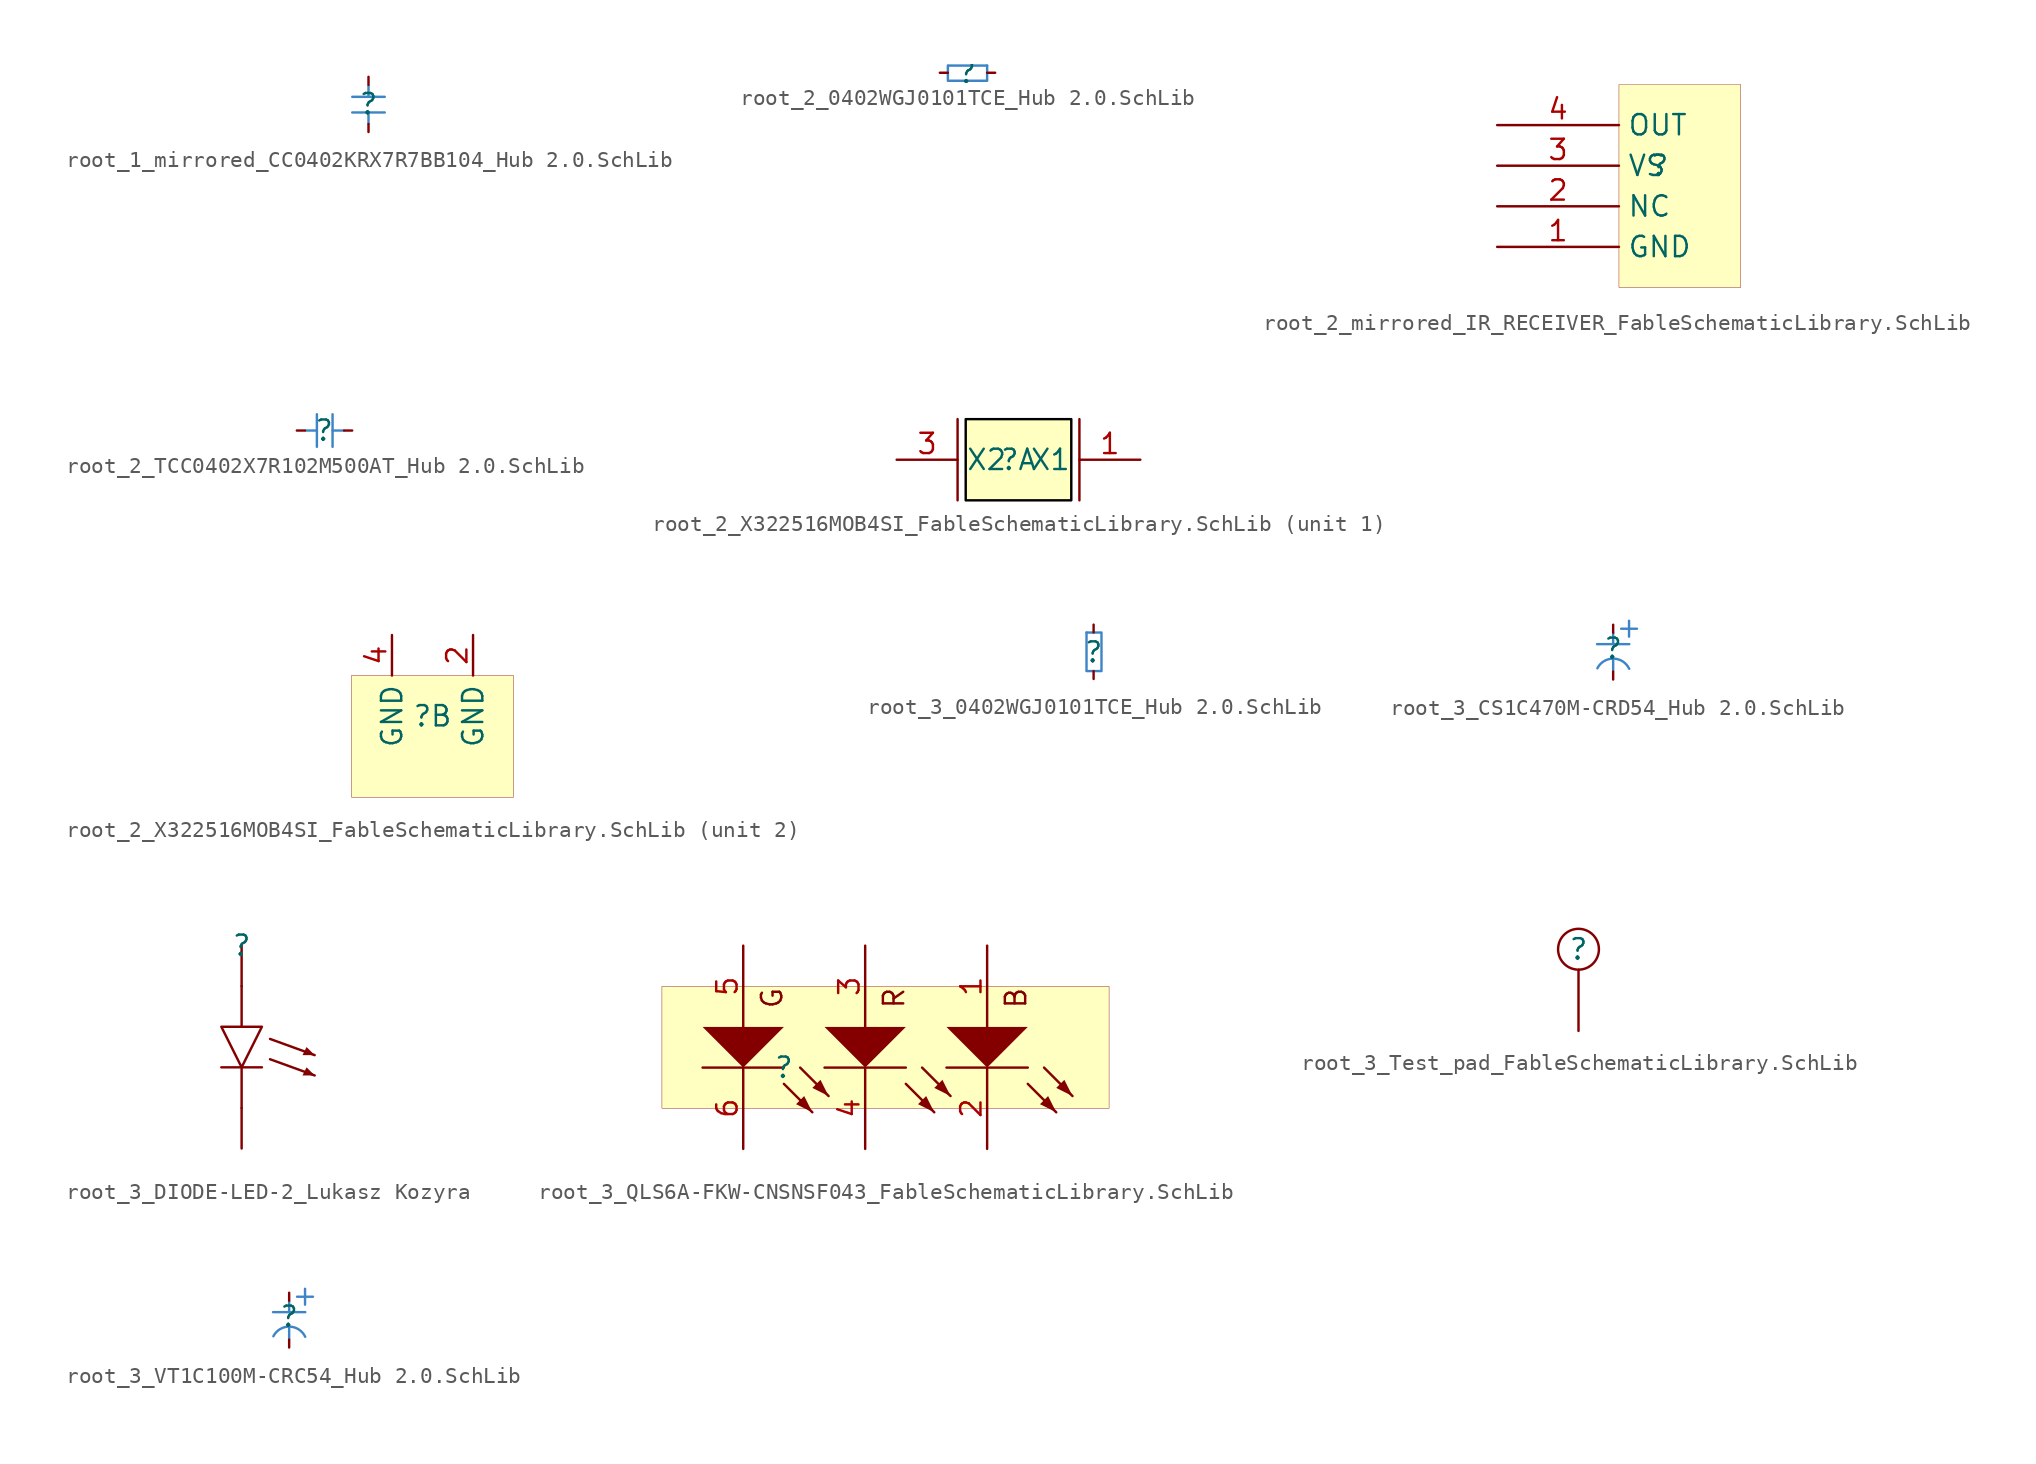
<source format=kicad_sym>
(kicad_symbol_lib
  (version 20241209)
  (generator "kicad_symbol_editor")
  (generator_version "9.0")
  (symbol "root_1_mirrored_CC0402KRX7R7BB104_Hub 2.0.SchLib"
    (pin_numbers
      (hide yes))
    (pin_names
      (hide yes))
    (property "Reference" ""
      (at 0 0 0)
      (effects (font (size 1.27 1.27))))
    (property "Value" ""
      (at 0 0 0)
      (effects (font (size 1.27 1.27))))
    (symbol "root_1_mirrored_CC0402KRX7R7BB104_Hub 2.0.SchLib_1_0"
      (polyline (pts (xy 0 1.15) (xy 0 0.45) (xy -1.016 0.45)) (stroke (width 0) (type solid) (color 61 133 198 1)) (fill (type none)))
      (polyline (pts (xy 0 0.45) (xy 1.016 0.45)) (stroke (width 0) (type solid) (color 61 133 198 1)) (fill (type none)))
      (polyline (pts (xy 0 -0.528) (xy -1.016 -0.528)) (stroke (width 0) (type solid) (color 61 133 198 1)) (fill (type none)))
      (polyline (pts (xy 0 -1.228) (xy 0 -0.528) (xy 1.016 -0.528)) (stroke (width 0) (type solid) (color 61 133 198 1)) (fill (type none)))
      (pin passive line (at 0 1.7 270) (length 0.5) (name "2" (effects (font (size 1.27 1.27)))) (number "2" (effects (font (size 1.27 1.27)))))
      (pin passive line (at 0 -1.75 90) (length 0.5) (name "1" (effects (font (size 1.27 1.27)))) (number "1" (effects (font (size 1.27 1.27)))))))
  (symbol "root_2_0402WGJ0101TCE_Hub 2.0.SchLib"
    (pin_numbers
      (hide yes))
    (pin_names
      (hide yes))
    (property "Reference" ""
      (at 0 0 0)
      (effects (font (size 1.27 1.27))))
    (property "Value" ""
      (at 0 0 0)
      (effects (font (size 1.27 1.27))))
    (symbol "root_2_0402WGJ0101TCE_Hub 2.0.SchLib_1_0"
      (polyline (pts (xy 1.25 0.45) (xy -1.15 0.45)) (stroke (width 0) (type solid) (color 61 133 198 1)) (fill (type none)))
      (polyline (pts (xy 1.25 0.45) (xy 1.25 -0.5) (xy -1.2 -0.5) (xy -1.2 0.45)) (stroke (width 0) (type solid) (color 61 133 198 1)) (fill (type none)))
      (pin passive line (at -1.7 0 0) (length 0.5) (name "2" (effects (font (size 1.27 1.27)))) (number "2" (effects (font (size 1.27 1.27)))))
      (pin passive line (at 1.75 0 180) (length 0.5) (name "1" (effects (font (size 1.27 1.27)))) (number "1" (effects (font (size 1.27 1.27)))))))
  (symbol "root_2_mirrored_IR_RECEIVER_FableSchematicLibrary.SchLib"
    (property "Reference" ""
      (at 0 0 0)
      (effects (font (size 1.27 1.27))))
    (property "Value" ""
      (at 0 0 0)
      (effects (font (size 1.27 1.27))))
    (symbol "root_2_mirrored_IR_RECEIVER_FableSchematicLibrary.SchLib_1_0"
      (rectangle (start 5.08 5.08) (end -2.54 -7.62) (stroke (width 0.025) (type solid) (color 128 0 0 1)) (fill (type background)))
      (pin output line (at -10.16 2.54 0) (length 7.62) (name "OUT" (effects (font (size 1.27 1.27)))) (number "4" (effects (font (size 1.27 1.27)))))
      (pin power_in line (at -10.16 0 0) (length 7.62) (name "VS" (effects (font (size 1.27 1.27)))) (number "3" (effects (font (size 1.27 1.27)))))
      (pin passive line (at -10.16 -2.54 0) (length 7.62) (name "NC" (effects (font (size 1.27 1.27)))) (number "2" (effects (font (size 1.27 1.27)))))
      (pin passive line (at -10.16 -5.08 0) (length 7.62) (name "GND" (effects (font (size 1.27 1.27)))) (number "1" (effects (font (size 1.27 1.27)))))))
  (symbol "root_2_TCC0402X7R102M500AT_Hub 2.0.SchLib"
    (pin_numbers
      (hide yes))
    (pin_names
      (hide yes))
    (property "Reference" ""
      (at 0 0 0)
      (effects (font (size 1.27 1.27))))
    (property "Value" ""
      (at 0 0 0)
      (effects (font (size 1.27 1.27))))
    (symbol "root_2_TCC0402X7R102M500AT_Hub 2.0.SchLib_1_0"
      (polyline (pts (xy -1.15 0) (xy -0.45 0) (xy -0.45 1.016)) (stroke (width 0) (type solid) (color 61 133 198 1)) (fill (type none)))
      (polyline (pts (xy -0.45 0) (xy -0.45 -1.016)) (stroke (width 0) (type solid) (color 61 133 198 1)) (fill (type none)))
      (polyline (pts (xy 0.528 0) (xy 0.528 1.016)) (stroke (width 0) (type solid) (color 61 133 198 1)) (fill (type none)))
      (polyline (pts (xy 1.228 0) (xy 0.528 0) (xy 0.528 -1.016)) (stroke (width 0) (type solid) (color 61 133 198 1)) (fill (type none)))
      (pin passive line (at -1.7 0 0) (length 0.5) (name "2" (effects (font (size 1.27 1.27)))) (number "2" (effects (font (size 1.27 1.27)))))
      (pin passive line (at 1.75 0 180) (length 0.5) (name "1" (effects (font (size 1.27 1.27)))) (number "1" (effects (font (size 1.27 1.27)))))))
  (symbol "root_2_X322516MOB4SI_FableSchematicLibrary.SchLib"
    (property "Reference" ""
      (at 0 0 0)
      (effects (font (size 1.27 1.27))))
    (property "Value" ""
      (at 0 0 0)
      (effects (font (size 1.27 1.27))))
    (symbol "root_2_X322516MOB4SI_FableSchematicLibrary.SchLib_1_0"
      (polyline (pts (xy -3.81 -2.54) (xy -3.81 2.54)) (stroke (width 0) (type solid)) (fill (type none)))
      (rectangle (start 3.302 2.54) (end -3.302 -2.54) (stroke (width 0) (type solid) (color 0 0 0 1)) (fill (type background)))
      (polyline (pts (xy 3.81 -2.54) (xy 3.81 2.54)) (stroke (width 0) (type solid)) (fill (type none)))
      (pin passive line (at -7.62 0 0) (length 3.81) (name "X2" (effects (font (size 1.27 1.27)))) (number "3" (effects (font (size 1.27 1.27)))))
      (pin passive line (at 7.62 0 180) (length 3.81) (name "X1" (effects (font (size 1.27 1.27)))) (number "1" (effects (font (size 1.27 1.27))))))
    (symbol "root_2_X322516MOB4SI_FableSchematicLibrary.SchLib_2_0"
      (rectangle (start 5.08 2.54) (end -5.08 -5.08) (stroke (width 0.025) (type solid) (color 128 0 0 1)) (fill (type background)))
      (pin power_in line (at -2.54 5.08 270) (length 2.54) (name "GND" (effects (font (size 1.27 1.27)))) (number "4" (effects (font (size 1.27 1.27)))))
      (pin power_in line (at 2.54 5.08 270) (length 2.54) (name "GND" (effects (font (size 1.27 1.27)))) (number "2" (effects (font (size 1.27 1.27)))))))
  (symbol "root_3_0402WGJ0101TCE_Hub 2.0.SchLib"
    (pin_numbers
      (hide yes))
    (pin_names
      (hide yes))
    (property "Reference" ""
      (at 0 0 0)
      (effects (font (size 1.27 1.27))))
    (property "Value" ""
      (at 0 0 0)
      (effects (font (size 1.27 1.27))))
    (symbol "root_3_0402WGJ0101TCE_Hub 2.0.SchLib_1_0"
      (polyline (pts (xy -0.45 1.25) (xy -0.45 -1.15)) (stroke (width 0) (type solid) (color 61 133 198 1)) (fill (type none)))
      (polyline (pts (xy -0.45 1.25) (xy 0.5 1.25) (xy 0.5 -1.2) (xy -0.45 -1.2)) (stroke (width 0) (type solid) (color 61 133 198 1)) (fill (type none)))
      (pin passive line (at 0 1.75 270) (length 0.5) (name "1" (effects (font (size 1.27 1.27)))) (number "1" (effects (font (size 1.27 1.27)))))
      (pin passive line (at 0 -1.7 90) (length 0.5) (name "2" (effects (font (size 1.27 1.27)))) (number "2" (effects (font (size 1.27 1.27)))))))
  (symbol "root_3_CS1C470M-CRD54_Hub 2.0.SchLib"
    (pin_numbers
      (hide yes))
    (pin_names
      (hide yes))
    (property "Reference" ""
      (at 0 0 0)
      (effects (font (size 1.27 1.27))))
    (property "Value" ""
      (at 0 0 0)
      (effects (font (size 1.27 1.27))))
    (symbol "root_3_CS1C470M-CRD54_Hub 2.0.SchLib_1_0"
      (polyline (pts (xy 0 0.978) (xy 0 0.278) (xy 1.016 0.278)) (stroke (width 0) (type solid) (color 61 133 198 1)) (fill (type none)))
      (polyline (pts (xy 0 0.278) (xy -1.016 0.278)) (stroke (width 0) (type solid) (color 61 133 198 1)) (fill (type none)))
      (polyline (pts (xy 0 -1.4) (xy 0 -0.7) (xy 0 -1.25)) (stroke (width 0) (type solid) (color 61 133 198 1)) (fill (type none)))
      (arc (start -0.9946 -1.2416) (mid 0.0182 -0.6331) (end 1.0106 -1.2742) (stroke (width 0) (type solid) (color 61 133 198 1)) (fill (type none)))
      (polyline (pts (xy 1 1.75) (xy 1 0.75)) (stroke (width 0) (type solid) (color 61 133 198 1)) (fill (type none)))
      (polyline (pts (xy 1 1.25) (xy 0.5 1.25)) (stroke (width 0) (type solid) (color 61 133 198 1)) (fill (type none)))
      (polyline (pts (xy 1.5 1.25) (xy 1 1.25)) (stroke (width 0) (type solid) (color 61 133 198 1)) (fill (type none)))
      (pin passive line (at 0 1.5 270) (length 0.5) (name "1" (effects (font (size 1.27 1.27)))) (number "1" (effects (font (size 1.27 1.27)))))
      (pin passive line (at 0 -1.95 90) (length 0.5) (name "2" (effects (font (size 1.27 1.27)))) (number "2" (effects (font (size 1.27 1.27)))))))
  (symbol "root_3_DIODE-LED-2_Lukasz Kozyra"
    (pin_numbers
      (hide yes))
    (pin_names
      (hide yes))
    (property "Reference" ""
      (at 0 0 0)
      (effects (font (size 1.27 1.27))))
    (property "Value" ""
      (at 0 0 0)
      (effects (font (size 1.27 1.27))))
    (symbol "root_3_DIODE-LED-2_Lukasz Kozyra_1_0"
      (polyline (pts (xy -1.27 -5.08) (xy 0 -7.62) (xy 1.27 -5.08) (xy -1.27 -5.08)) (stroke (width 0) (type solid)) (fill (type none)))
      (polyline (pts (xy 0 -2.54) (xy 0 -5.08)) (stroke (width 0) (type solid)) (fill (type none)))
      (polyline (pts (xy 0 -7.62) (xy 0 -10.16)) (stroke (width 0) (type solid)) (fill (type none)))
      (polyline (pts (xy 1.27 -7.62) (xy -1.27 -7.62)) (stroke (width 0) (type solid)) (fill (type none)))
      (polyline (pts (xy 1.778 -5.842) (xy 4.572 -6.858)) (stroke (width 0) (type solid)) (fill (type none)))
      (polyline (pts (xy 1.778 -7.112) (xy 4.572 -8.128)) (stroke (width 0) (type solid)) (fill (type none)))
      (polyline (pts (xy 4.572 -6.858) (xy 4.064 -6.35) (xy 3.81 -6.858) (xy 4.572 -6.858)) (stroke (width -0.0001) (type solid)) (fill (type outline)))
      (polyline (pts (xy 4.572 -8.128) (xy 4.064 -7.62) (xy 3.81 -8.128) (xy 4.572 -8.128)) (stroke (width -0.0001) (type solid)) (fill (type outline)))
      (pin passive line (at 0 0 270) (length 2.54) (name "A" (effects (font (size 1.27 1.27)))) (number "2" (effects (font (size 1.27 1.27)))))
      (pin passive line (at 0 -12.7 90) (length 2.54) (name "K" (effects (font (size 1.27 1.27)))) (number "1" (effects (font (size 1.27 1.27)))))))
  (symbol "root_3_QLS6A-FKW-CNSNSF043_FableSchematicLibrary.SchLib"
    (pin_names
      (hide yes))
    (property "Reference" ""
      (at 0 0 0)
      (effects (font (size 1.27 1.27))))
    (property "Value" ""
      (at 0 0 0)
      (effects (font (size 1.27 1.27))))
    (symbol "root_3_QLS6A-FKW-CNSNSF043_FableSchematicLibrary.SchLib_1_0"
      (polyline (pts (xy -5.08 2.54) (xy -2.54 0) (xy 0 2.54) (xy -5.08 2.54)) (stroke (width -0.0001) (type solid)) (fill (type outline)))
      (polyline (pts (xy 0 0) (xy -5.08 0)) (stroke (width 0) (type solid)) (fill (type none)))
      (polyline (pts (xy 0 -1.016) (xy 1.778 -2.794)) (stroke (width 0) (type solid)) (fill (type none)))
      (polyline (pts (xy 1.016 0) (xy 2.794 -1.778)) (stroke (width 0) (type solid)) (fill (type none)))
      (polyline (pts (xy 1.778 -2.794) (xy 1.27 -1.778) (xy 0.762 -2.286) (xy 1.778 -2.794)) (stroke (width -0.0001) (type solid)) (fill (type outline)))
      (polyline (pts (xy 2.54 2.54) (xy 5.08 0) (xy 7.62 2.54) (xy 2.54 2.54)) (stroke (width -0.0001) (type solid)) (fill (type outline)))
      (polyline (pts (xy 2.794 -1.778) (xy 2.286 -0.762) (xy 1.778 -1.27) (xy 2.794 -1.778)) (stroke (width -0.0001) (type solid)) (fill (type outline)))
      (polyline (pts (xy 7.62 0) (xy 2.54 0)) (stroke (width 0) (type solid)) (fill (type none)))
      (polyline (pts (xy 7.62 -1.016) (xy 9.398 -2.794)) (stroke (width 0) (type solid)) (fill (type none)))
      (polyline (pts (xy 8.636 0) (xy 10.414 -1.778)) (stroke (width 0) (type solid)) (fill (type none)))
      (polyline (pts (xy 9.398 -2.794) (xy 8.89 -1.778) (xy 8.382 -2.286) (xy 9.398 -2.794)) (stroke (width -0.0001) (type solid)) (fill (type outline)))
      (polyline (pts (xy 10.16 2.54) (xy 12.7 0) (xy 15.24 2.54) (xy 10.16 2.54)) (stroke (width -0.0001) (type solid)) (fill (type outline)))
      (polyline (pts (xy 10.414 -1.778) (xy 9.906 -0.762) (xy 9.398 -1.27) (xy 10.414 -1.778)) (stroke (width -0.0001) (type solid)) (fill (type outline)))
      (polyline (pts (xy 15.24 0) (xy 10.16 0)) (stroke (width 0) (type solid)) (fill (type none)))
      (polyline (pts (xy 15.24 -1.016) (xy 17.018 -2.794)) (stroke (width 0) (type solid)) (fill (type none)))
      (polyline (pts (xy 16.256 0) (xy 18.034 -1.778)) (stroke (width 0) (type solid)) (fill (type none)))
      (polyline (pts (xy 17.018 -2.794) (xy 16.51 -1.778) (xy 16.002 -2.286) (xy 17.018 -2.794)) (stroke (width -0.0001) (type solid)) (fill (type outline)))
      (polyline (pts (xy 18.034 -1.778) (xy 17.526 -0.762) (xy 17.018 -1.27) (xy 18.034 -1.778)) (stroke (width -0.0001) (type solid)) (fill (type outline)))
      (rectangle (start 20.32 5.08) (end -7.62 -2.54) (stroke (width 0.025) (type solid) (color 128 0 0 1)) (fill (type background)))
      (text "G" (at 0 5.08 900) (effects (font (size 1.27 1.27)) (justify right bottom)))
      (text "R" (at 7.62 5.08 900) (effects (font (size 1.27 1.27)) (justify right bottom)))
      (text "B" (at 15.24 5.08 900) (effects (font (size 1.27 1.27)) (justify right bottom)))
      (pin passive line (at -2.54 7.62 270) (length 5.08) (name "A" (effects (font (size 1.27 1.27)))) (number "5" (effects (font (size 1.27 1.27)))))
      (pin passive line (at -2.54 -5.08 90) (length 5.08) (name "K" (effects (font (size 1.27 1.27)))) (number "6" (effects (font (size 1.27 1.27)))))
      (pin passive line (at 5.08 7.62 270) (length 5.08) (name "A" (effects (font (size 1.27 1.27)))) (number "3" (effects (font (size 1.27 1.27)))))
      (pin passive line (at 5.08 -5.08 90) (length 5.08) (name "K" (effects (font (size 1.27 1.27)))) (number "4" (effects (font (size 1.27 1.27)))))
      (pin passive line (at 12.7 7.62 270) (length 5.08) (name "A" (effects (font (size 1.27 1.27)))) (number "1" (effects (font (size 1.27 1.27)))))
      (pin passive line (at 12.7 -5.08 90) (length 5.08) (name "K" (effects (font (size 1.27 1.27)))) (number "2" (effects (font (size 1.27 1.27)))))))
  (symbol "root_3_Test_pad_FableSchematicLibrary.SchLib"
    (pin_numbers
      (hide yes))
    (pin_names
      (hide yes))
    (property "Reference" ""
      (at 0 0 0)
      (effects (font (size 1.27 1.27))))
    (property "Value" ""
      (at 0 0 0)
      (effects (font (size 1.27 1.27))))
    (symbol "root_3_Test_pad_FableSchematicLibrary.SchLib_1_0"
      (arc (start -0.0986 -1.2662) (mid 0.0493 1.2691) (end 0 -1.27) (stroke (width 0) (type solid)) (fill (type none)))
      (pin passive line (at 0 -5.08 90) (length 3.81) (name "0" (effects (font (size 1.27 1.27)))) (number "0" (effects (font (size 1.27 1.27)))))))
  (symbol "root_3_VT1C100M-CRC54_Hub 2.0.SchLib"
    (pin_numbers
      (hide yes))
    (pin_names
      (hide yes))
    (property "Reference" ""
      (at 0 0 0)
      (effects (font (size 1.27 1.27))))
    (property "Value" ""
      (at 0 0 0)
      (effects (font (size 1.27 1.27))))
    (symbol "root_3_VT1C100M-CRC54_Hub 2.0.SchLib_1_0"
      (polyline (pts (xy 0 0.978) (xy 0 0.278) (xy 1.016 0.278)) (stroke (width 0) (type solid) (color 61 133 198 1)) (fill (type none)))
      (polyline (pts (xy 0 0.278) (xy -1.016 0.278)) (stroke (width 0) (type solid) (color 61 133 198 1)) (fill (type none)))
      (polyline (pts (xy 0 -1.4) (xy 0 -0.7) (xy 0 -1.25)) (stroke (width 0) (type solid) (color 61 133 198 1)) (fill (type none)))
      (arc (start -0.9946 -1.2416) (mid 0.0182 -0.6331) (end 1.0106 -1.2742) (stroke (width 0) (type solid) (color 61 133 198 1)) (fill (type none)))
      (polyline (pts (xy 1 1.75) (xy 1 0.75)) (stroke (width 0) (type solid) (color 61 133 198 1)) (fill (type none)))
      (polyline (pts (xy 1 1.25) (xy 0.5 1.25)) (stroke (width 0) (type solid) (color 61 133 198 1)) (fill (type none)))
      (polyline (pts (xy 1.5 1.25) (xy 1 1.25)) (stroke (width 0) (type solid) (color 61 133 198 1)) (fill (type none)))
      (pin passive line (at 0 1.5 270) (length 0.5) (name "1" (effects (font (size 1.27 1.27)))) (number "1" (effects (font (size 1.27 1.27)))))
      (pin passive line (at 0 -1.95 90) (length 0.5) (name "2" (effects (font (size 1.27 1.27)))) (number "2" (effects (font (size 1.27 1.27))))))))
</source>
